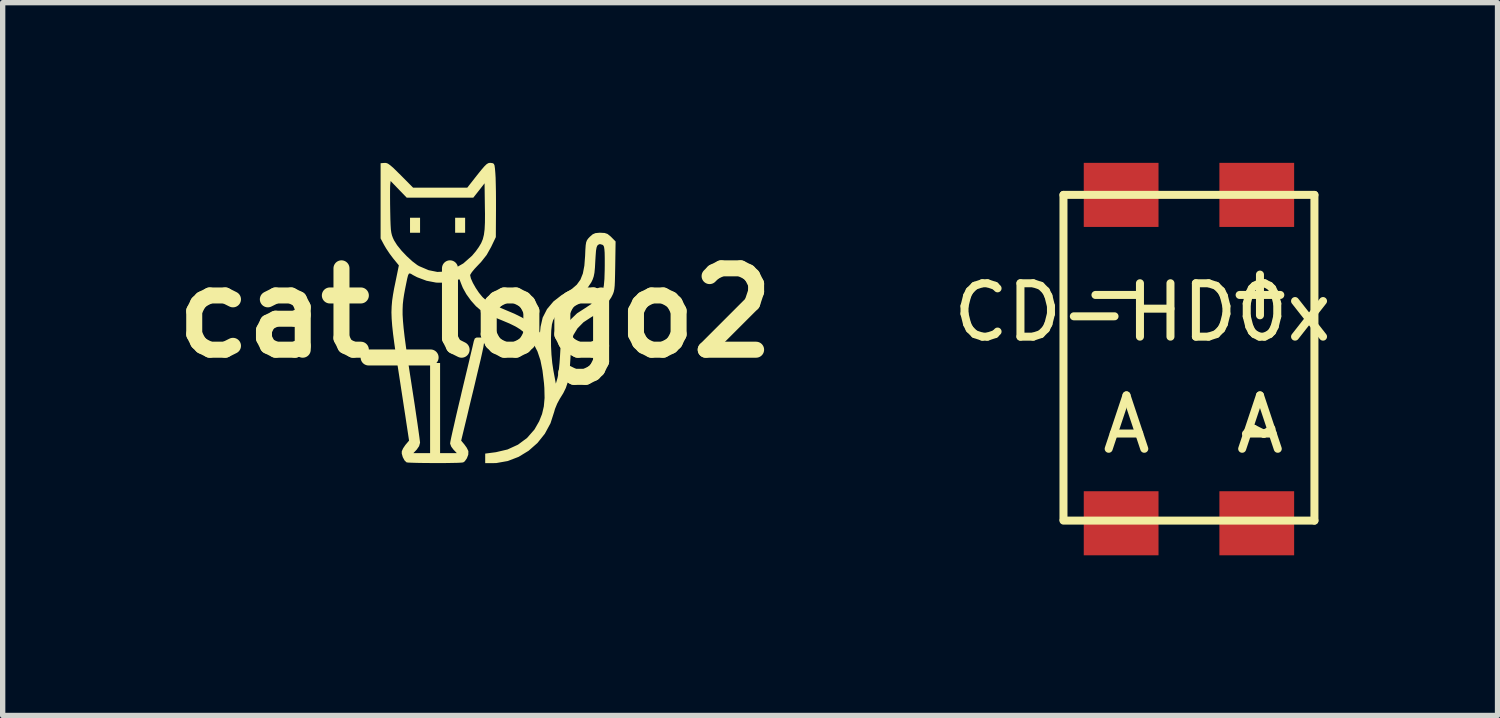
<source format=kicad_pcb>
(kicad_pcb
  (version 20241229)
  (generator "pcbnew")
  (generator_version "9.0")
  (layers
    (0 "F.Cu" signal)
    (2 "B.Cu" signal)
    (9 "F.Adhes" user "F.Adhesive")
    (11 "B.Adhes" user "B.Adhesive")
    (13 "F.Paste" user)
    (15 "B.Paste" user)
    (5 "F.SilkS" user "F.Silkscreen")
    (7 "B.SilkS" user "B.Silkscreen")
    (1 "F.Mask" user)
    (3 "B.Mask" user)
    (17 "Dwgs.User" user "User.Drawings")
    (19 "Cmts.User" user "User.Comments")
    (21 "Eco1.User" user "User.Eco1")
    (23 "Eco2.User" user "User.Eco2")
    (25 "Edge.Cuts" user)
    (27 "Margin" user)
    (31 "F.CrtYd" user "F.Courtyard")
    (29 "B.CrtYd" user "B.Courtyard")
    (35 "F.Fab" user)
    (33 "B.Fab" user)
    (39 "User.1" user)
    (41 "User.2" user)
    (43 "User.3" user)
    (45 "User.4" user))
  (footprint "CD-HD0x"
    (layer "F.Cu")
    (at 17.947 0.6)
    (property "Reference" "CD-HD0x" (at 0.4 2.2 0) (layer "F.SilkS") (effects (font (size 1 1) (thickness 0.15))))
    (attr through_hole)
    (fp_line (start -1.08 0) (end -1.08 6.08) (stroke (width 0.15) (type solid)) (layer "F.SilkS"))
    (fp_line (start -1.08 0) (end 3.62 0) (stroke (width 0.15) (type solid)) (layer "F.SilkS"))
    (fp_line (start 3.62 0) (end 3.62 6.1) (stroke (width 0.15) (type solid)) (layer "F.SilkS"))
    (fp_line (start 3.62 6.1) (end -1.08 6.1) (stroke (width 0.15) (type solid)) (layer "F.SilkS"))
    (fp_text user "A" (at 0.1 4.3 0) (layer "F.SilkS") (effects (font (size 1 1) (thickness 0.15))))
    (fp_text user "+" (at 2.6 1.8 0) (layer "F.SilkS") (effects (font (size 1 1) (thickness 0.15))))
    (fp_text user "~" (at 2.6 4.4 0) (layer "F.SilkS") (effects (font (size 1 1) (thickness 0.15))))
    (fp_text user "-" (at -0.1 1.8 0) (layer "F.SilkS") (effects (font (size 1 1) (thickness 0.15))))
    (fp_text user "A" (at 2.6 4.3 0) (layer "F.SilkS") (effects (font (size 1 1) (thickness 0.15))))
    (pad "1" smd trapezoid (at 2.54 0) (size 1.4 1.2) (layers "F.Cu" "F.Mask" "F.Paste"))
    (pad "2" smd trapezoid (at 2.54 6.15) (size 1.4 1.2) (layers "F.Cu" "F.Mask" "F.Paste"))
    (pad "3" smd trapezoid (at 0 6.15) (size 1.4 1.2) (layers "F.Cu" "F.Mask" "F.Paste"))
    (pad "4" smd trapezoid (at 0 0) (size 1.4 1.2) (layers "F.Cu" "F.Mask" "F.Paste")))
  (footprint "cat_logo2"
    (layer "F.Cu")
    (at 5.849 2.81)
    (property "Reference" "cat_logo2" (at 0 0 0) (layer "F.SilkS") (effects (font (size 1.524 1.524) (thickness 0.3))))
    (attr through_hole)
    (fp_poly (pts (xy -1.032 -1.501) (xy -1.22 -1.501) (xy -1.22 -1.782) (xy -1.032 -1.782)) (stroke (width 0) (type solid)) (fill yes) (layer "F.SilkS"))
    (fp_poly (pts (xy -0.188 -1.501) (xy -0.375 -1.501) (xy -0.375 -1.782) (xy -0.188 -1.782)) (stroke (width 0) (type solid)) (fill yes) (layer "F.SilkS"))
    (fp_poly (pts (xy 0.293 -2.809) (xy 0.328 -2.804) (xy 0.35 -2.791) (xy 0.363 -2.76) (xy 0.371 -2.701) (xy 0.378 -2.615) (xy 0.383 -2.533) (xy 0.386 -2.415) (xy 0.389 -2.272) (xy 0.39 -2.113) (xy 0.39 -1.949) (xy 0.39 -1.923) (xy 0.387 -1.419) (xy 0.299 -1.235) (xy 0.215 -1.085) (xy 0.109 -0.951) (xy 0.059 -0.899) (xy -0.009 -0.827) (xy -0.061 -0.764) (xy -0.09 -0.718) (xy -0.094 -0.705) (xy -0.08 -0.645) (xy -0.043 -0.562) (xy 0.01 -0.468) (xy 0.071 -0.377) (xy 0.134 -0.3) (xy 0.148 -0.286) (xy 0.204 -0.237) (xy 0.272 -0.192) (xy 0.361 -0.145) (xy 0.481 -0.092) (xy 0.556 -0.06) (xy 0.736 0.016) (xy 0.877 0.086) (xy 0.988 0.153) (xy 1.077 0.223) (xy 1.143 0.289) (xy 1.214 0.371) (xy 1.225 0.26) (xy 1.264 0.089) (xy 1.346 -0.071) (xy 1.466 -0.214) (xy 1.62 -0.334) (xy 1.682 -0.37) (xy 1.808 -0.446) (xy 1.903 -0.528) (xy 1.971 -0.622) (xy 2.017 -0.738) (xy 2.045 -0.884) (xy 2.059 -1.067) (xy 2.064 -1.186) (xy 2.07 -1.268) (xy 2.079 -1.323) (xy 2.094 -1.361) (xy 2.116 -1.392) (xy 2.147 -1.425) (xy 2.201 -1.472) (xy 2.252 -1.494) (xy 2.324 -1.501) (xy 2.345 -1.501) (xy 2.424 -1.497) (xy 2.478 -1.479) (xy 2.53 -1.438) (xy 2.549 -1.42) (xy 2.63 -1.338) (xy 2.623 -0.874) (xy 2.62 -0.716) (xy 2.617 -0.596) (xy 2.613 -0.509) (xy 2.606 -0.444) (xy 2.596 -0.396) (xy 2.582 -0.356) (xy 2.563 -0.317) (xy 2.546 -0.285) (xy 2.427 -0.116) (xy 2.278 0.018) (xy 2.168 0.084) (xy 2.029 0.175) (xy 1.916 0.29) (xy 1.839 0.416) (xy 1.82 0.486) (xy 1.803 0.597) (xy 1.79 0.751) (xy 1.783 0.868) (xy 1.772 1.046) (xy 1.756 1.188) (xy 1.732 1.305) (xy 1.698 1.406) (xy 1.651 1.502) (xy 1.588 1.604) (xy 1.587 1.605) (xy 1.537 1.697) (xy 1.495 1.799) (xy 1.48 1.853) (xy 1.411 2.067) (xy 1.305 2.263) (xy 1.167 2.436) (xy 1.001 2.582) (xy 0.814 2.696) (xy 0.611 2.774) (xy 0.397 2.812) (xy 0.323 2.814) (xy 0.188 2.814) (xy 0.188 2.635) (xy 0.388 2.609) (xy 0.606 2.558) (xy 0.802 2.468) (xy 0.972 2.342) (xy 1.111 2.183) (xy 1.199 2.029) (xy 1.253 1.893) (xy 1.286 1.751) (xy 1.3 1.593) (xy 1.296 1.407) (xy 1.289 1.315) (xy 1.261 1.081) (xy 1.222 0.886) (xy 1.167 0.722) (xy 1.095 0.581) (xy 1.01 0.467) (xy 1.42 0.467) (xy 1.421 0.622) (xy 1.429 0.783) (xy 1.444 0.94) (xy 1.465 1.079) (xy 1.511 1.325) (xy 1.542 1.219) (xy 1.555 1.157) (xy 1.568 1.06) (xy 1.58 0.94) (xy 1.589 0.81) (xy 1.591 0.774) (xy 1.599 0.633) (xy 1.608 0.529) (xy 1.62 0.451) (xy 1.635 0.388) (xy 1.657 0.329) (xy 1.67 0.301) (xy 1.768 0.143) (xy 1.908 0.008) (xy 2.06 -0.09) (xy 2.198 -0.181) (xy 2.308 -0.289) (xy 2.382 -0.405) (xy 2.395 -0.437) (xy 2.41 -0.513) (xy 2.421 -0.636) (xy 2.426 -0.805) (xy 2.427 -0.889) (xy 2.427 -1.028) (xy 2.425 -1.128) (xy 2.42 -1.195) (xy 2.413 -1.238) (xy 2.401 -1.262) (xy 2.386 -1.275) (xy 2.336 -1.289) (xy 2.304 -1.276) (xy 2.286 -1.257) (xy 2.273 -1.222) (xy 2.263 -1.163) (xy 2.256 -1.071) (xy 2.25 -0.971) (xy 2.243 -0.844) (xy 2.234 -0.752) (xy 2.22 -0.682) (xy 2.2 -0.624) (xy 2.176 -0.574) (xy 2.069 -0.415) (xy 1.923 -0.279) (xy 1.786 -0.191) (xy 1.638 -0.092) (xy 1.523 0.029) (xy 1.459 0.139) (xy 1.438 0.215) (xy 1.425 0.328) (xy 1.42 0.467) (xy 1.01 0.467) (xy 1.002 0.456) (xy 0.979 0.43) (xy 0.912 0.363) (xy 0.84 0.306) (xy 0.753 0.253) (xy 0.643 0.199) (xy 0.5 0.139) (xy 0.448 0.118) (xy 0.337 0.071) (xy 0.231 0.022) (xy 0.145 -0.023) (xy 0.105 -0.048) (xy 0.015 -0.125) (xy -0.079 -0.231) (xy -0.165 -0.35) (xy -0.23 -0.467) (xy -0.248 -0.51) (xy -0.273 -0.574) (xy -0.289 -0.618) (xy -0.294 -0.628) (xy -0.316 -0.624) (xy -0.368 -0.609) (xy -0.398 -0.598) (xy -0.555 -0.565) (xy -0.729 -0.567) (xy -0.911 -0.602) (xy -1.087 -0.668) (xy -1.165 -0.709) (xy -1.199 -0.73) (xy -1.224 -0.74) (xy -1.242 -0.733) (xy -1.257 -0.703) (xy -1.272 -0.645) (xy -1.291 -0.553) (xy -1.313 -0.444) (xy -1.331 -0.346) (xy -1.345 -0.254) (xy -1.355 -0.163) (xy -1.359 -0.068) (xy -1.359 0.034) (xy -1.352 0.151) (xy -1.34 0.285) (xy -1.322 0.443) (xy -1.297 0.63) (xy -1.266 0.849) (xy -1.227 1.107) (xy -1.198 1.295) (xy -1.164 1.516) (xy -1.132 1.724) (xy -1.104 1.915) (xy -1.079 2.083) (xy -1.059 2.224) (xy -1.044 2.332) (xy -1.035 2.404) (xy -1.032 2.431) (xy -1.05 2.496) (xy -1.095 2.561) (xy -1.158 2.627) (xy -0.844 2.627) (xy -0.844 0.938) (xy -0.657 0.938) (xy -0.657 2.627) (xy -0.343 2.627) (xy -0.406 2.561) (xy -0.448 2.505) (xy -0.468 2.452) (xy -0.469 2.444) (xy -0.464 2.41) (xy -0.449 2.336) (xy -0.425 2.227) (xy -0.393 2.088) (xy -0.356 1.924) (xy -0.313 1.741) (xy -0.266 1.544) (xy -0.255 1.495) (xy -0.207 1.294) (xy -0.162 1.106) (xy -0.121 0.935) (xy -0.086 0.786) (xy -0.057 0.666) (xy -0.037 0.58) (xy -0.026 0.532) (xy -0.025 0.528) (xy -0.007 0.479) (xy 0.025 0.462) (xy 0.069 0.461) (xy 0.103 0.462) (xy 0.13 0.464) (xy 0.15 0.471) (xy 0.163 0.488) (xy 0.168 0.518) (xy 0.165 0.568) (xy 0.154 0.639) (xy 0.133 0.738) (xy 0.104 0.868) (xy 0.064 1.034) (xy 0.015 1.24) (xy -0.002 1.313) (xy -0.033 1.443) (xy -0.072 1.602) (xy -0.113 1.772) (xy -0.152 1.938) (xy -0.167 1.999) (xy -0.262 2.392) (xy -0.202 2.464) (xy -0.158 2.525) (xy -0.13 2.582) (xy -0.127 2.591) (xy -0.129 2.654) (xy -0.155 2.723) (xy -0.195 2.78) (xy -0.224 2.8) (xy -0.258 2.804) (xy -0.331 2.808) (xy -0.433 2.81) (xy -0.556 2.812) (xy -0.692 2.812) (xy -0.831 2.812) (xy -0.966 2.811) (xy -1.087 2.809) (xy -1.187 2.806) (xy -1.256 2.803) (xy -1.285 2.799) (xy -1.323 2.763) (xy -1.356 2.701) (xy -1.375 2.634) (xy -1.374 2.591) (xy -1.35 2.537) (xy -1.308 2.475) (xy -1.299 2.464) (xy -1.238 2.392) (xy -1.276 2.14) (xy -1.289 2.056) (xy -1.307 1.934) (xy -1.331 1.78) (xy -1.358 1.602) (xy -1.388 1.407) (xy -1.419 1.204) (xy -1.442 1.055) (xy -1.482 0.798) (xy -1.513 0.58) (xy -1.537 0.397) (xy -1.554 0.241) (xy -1.564 0.107) (xy -1.568 -0.012) (xy -1.564 -0.121) (xy -1.555 -0.228) (xy -1.539 -0.338) (xy -1.518 -0.457) (xy -1.5 -0.543) (xy -1.429 -0.89) (xy -1.536 -1.021) (xy -1.602 -1.109) (xy -1.666 -1.205) (xy -1.706 -1.273) (xy -1.771 -1.395) (xy -1.771 -2.274) (xy -1.594 -2.274) (xy -1.594 -2.162) (xy -1.593 -2.03) (xy -1.591 -1.911) (xy -1.588 -1.76) (xy -1.584 -1.647) (xy -1.579 -1.563) (xy -1.57 -1.501) (xy -1.558 -1.452) (xy -1.541 -1.406) (xy -1.518 -1.357) (xy -1.518 -1.357) (xy -1.462 -1.268) (xy -1.379 -1.165) (xy -1.28 -1.061) (xy -1.178 -0.967) (xy -1.084 -0.896) (xy -1.05 -0.876) (xy -0.872 -0.8) (xy -0.708 -0.767) (xy -0.551 -0.775) (xy -0.404 -0.822) (xy -0.221 -0.927) (xy -0.059 -1.07) (xy 0.012 -1.154) (xy 0.069 -1.234) (xy 0.112 -1.306) (xy 0.143 -1.38) (xy 0.164 -1.464) (xy 0.177 -1.565) (xy 0.183 -1.692) (xy 0.184 -1.853) (xy 0.182 -1.972) (xy 0.176 -2.427) (xy 0.071 -2.292) (xy -0.035 -2.158) (xy -1.282 -2.158) (xy -1.583 -2.47) (xy -1.591 -2.402) (xy -1.593 -2.357) (xy -1.594 -2.274) (xy -1.771 -2.274) (xy -1.771 -2.803) (xy -1.7 -2.809) (xy -1.668 -2.808) (xy -1.634 -2.796) (xy -1.592 -2.766) (xy -1.533 -2.716) (xy -1.454 -2.638) (xy -1.396 -2.581) (xy -1.162 -2.345) (xy -0.148 -2.345) (xy 0.037 -2.581) (xy 0.115 -2.678) (xy 0.172 -2.744) (xy 0.213 -2.784) (xy 0.245 -2.804) (xy 0.275 -2.81)) (stroke (width 0) (type solid)) (fill yes) (layer "F.SilkS")))
  (gr_rect
    (start -3 -3)
    (end 24.996 10.35)
    (stroke (width 0.1) (type default))
    (fill no)
    (layer "Edge.Cuts")))
</source>
